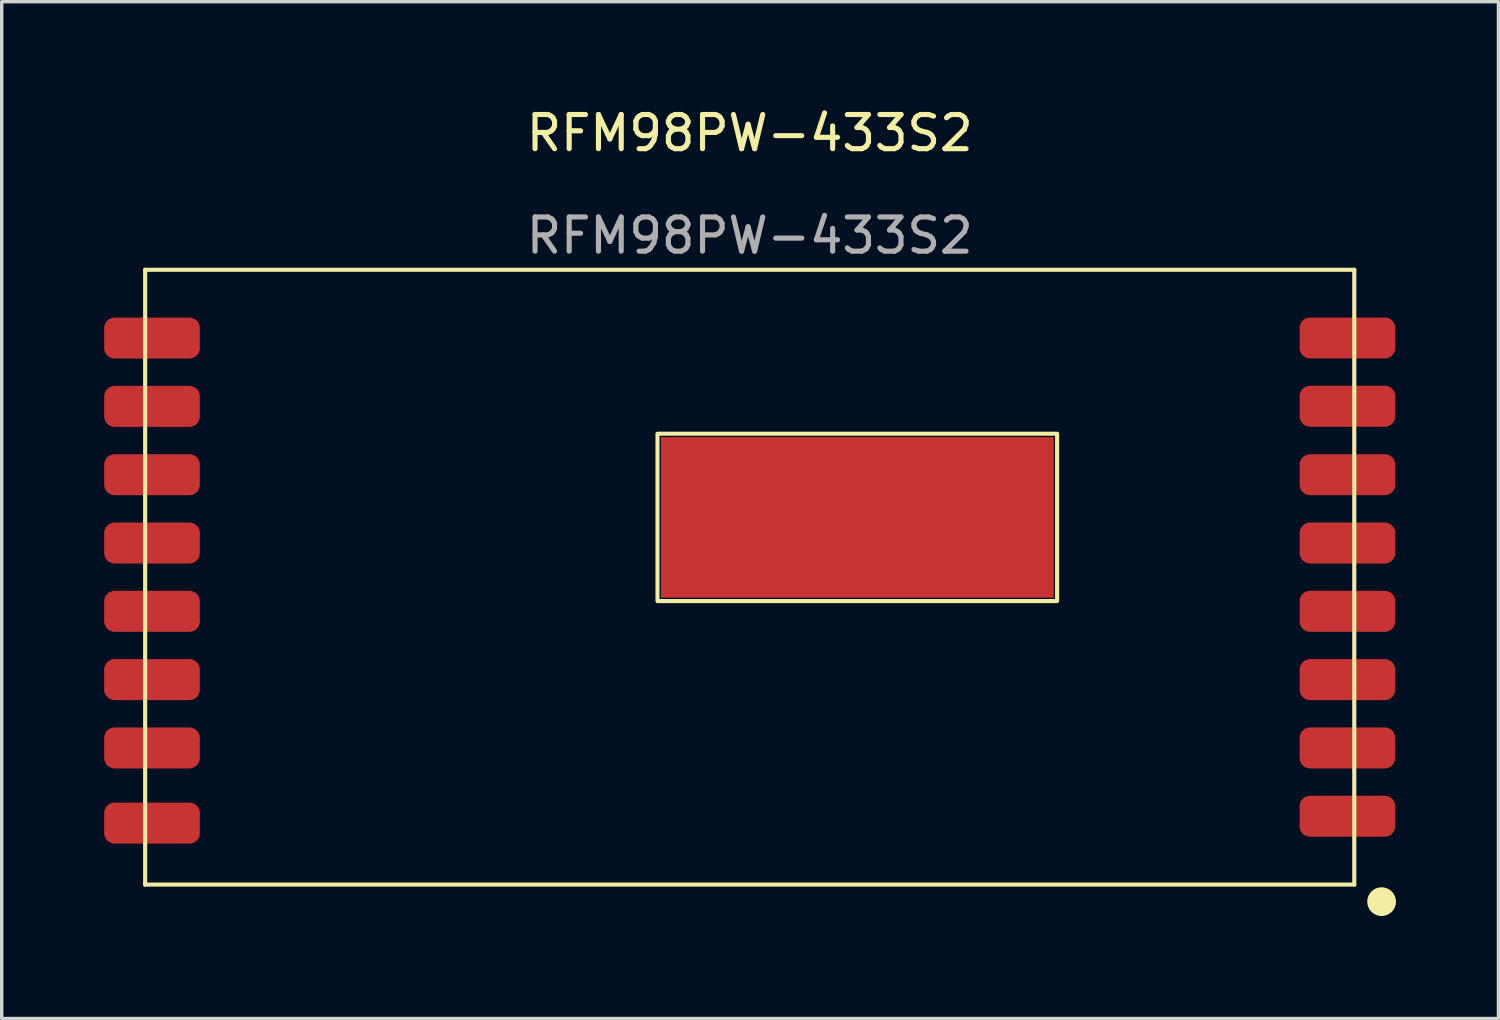
<source format=kicad_pcb>
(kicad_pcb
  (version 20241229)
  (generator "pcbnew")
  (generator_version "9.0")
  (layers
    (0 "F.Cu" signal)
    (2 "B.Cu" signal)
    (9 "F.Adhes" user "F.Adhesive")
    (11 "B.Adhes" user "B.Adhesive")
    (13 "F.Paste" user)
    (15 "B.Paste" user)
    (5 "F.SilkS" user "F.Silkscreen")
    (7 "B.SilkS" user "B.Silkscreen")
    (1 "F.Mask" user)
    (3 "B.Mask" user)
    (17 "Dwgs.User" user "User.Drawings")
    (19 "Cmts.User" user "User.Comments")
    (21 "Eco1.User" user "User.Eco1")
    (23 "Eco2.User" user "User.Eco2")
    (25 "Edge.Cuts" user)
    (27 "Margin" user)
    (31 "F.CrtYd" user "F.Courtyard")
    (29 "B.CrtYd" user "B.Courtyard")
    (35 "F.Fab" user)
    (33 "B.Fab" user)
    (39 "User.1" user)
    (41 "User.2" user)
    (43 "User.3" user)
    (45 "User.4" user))
  (footprint "RFM98PW-433S2"
    (layer "F.Cu")
    (at 18.9 13.848)
    (property "Reference" "RFM98PW-433S2" (at 0 -13 0) (unlocked yes) (layer "F.SilkS") (effects (font (size 1 1) (thickness 0.15))))
    (attr through_hole)
    (fp_line (start -17.7 -9) (end -17.7 9) (stroke (width 0.12) (type solid)) (layer "F.SilkS"))
    (fp_line (start -17.7 -9) (end 17.7 -9) (stroke (width 0.12) (type solid)) (layer "F.SilkS"))
    (fp_line (start 17.7 -9) (end 17.7 9) (stroke (width 0.12) (type solid)) (layer "F.SilkS"))
    (fp_line (start 17.7 9) (end -17.7 9) (stroke (width 0.12) (type solid)) (layer "F.SilkS"))
    (fp_rect (start -2.7 -4.2) (end 9 0.7) (stroke (width 0.12) (type solid)) (fill no) (layer "F.SilkS"))
    (fp_circle (center 18.5 9.5) (end 18.861 9.5) (stroke (width 0.12) (type solid)) (fill yes) (layer "F.SilkS"))
    (fp_line (start -17.7 -9) (end -17.7 9) (stroke (width 0.004) (type solid)) (layer "F.Fab"))
    (fp_line (start -17.7 9) (end 17.7 9) (stroke (width 0.004) (type solid)) (layer "F.Fab"))
    (fp_line (start 17.7 -9) (end -17.7 -9) (stroke (width 0.004) (type solid)) (layer "F.Fab"))
    (fp_line (start 17.7 9) (end 17.7 -9) (stroke (width 0.004) (type solid)) (layer "F.Fab"))
    (fp_text user "${REFERENCE}" (at 0 -10 0) (unlocked yes) (layer "F.Fab") (effects (font (size 1 1) (thickness 0.15))))
    (pad "1" smd roundrect (at 17.5 7) (size 2.8 1.2) (layers "F.Cu" "F.Mask" "F.Paste") (roundrect_rratio 0.25))
    (pad "2" smd roundrect (at 17.5 5) (size 2.8 1.2) (layers "F.Cu" "F.Mask" "F.Paste") (roundrect_rratio 0.25))
    (pad "3" smd roundrect (at 17.5 3) (size 2.8 1.2) (layers "F.Cu" "F.Mask" "F.Paste") (roundrect_rratio 0.25))
    (pad "4" smd roundrect (at 17.5 1) (size 2.8 1.2) (layers "F.Cu" "F.Mask" "F.Paste") (roundrect_rratio 0.25))
    (pad "5" smd roundrect (at 17.5 -1) (size 2.8 1.2) (layers "F.Cu" "F.Mask" "F.Paste") (roundrect_rratio 0.25))
    (pad "6" smd roundrect (at 17.5 -3) (size 2.8 1.2) (layers "F.Cu" "F.Mask" "F.Paste") (roundrect_rratio 0.25))
    (pad "7" smd roundrect (at 17.5 -5.004) (size 2.8 1.2) (layers "F.Cu" "F.Mask" "F.Paste") (roundrect_rratio 0.25))
    (pad "8" smd roundrect (at 17.5 -7.002) (size 2.8 1.2) (layers "F.Cu" "F.Mask" "F.Paste") (roundrect_rratio 0.25))
    (pad "9" smd roundrect (at -17.5 -7) (size 2.8 1.2) (layers "F.Cu" "F.Mask" "F.Paste") (roundrect_rratio 0.25))
    (pad "10" smd roundrect (at -17.5 -5) (size 2.8 1.2) (layers "F.Cu" "F.Mask" "F.Paste") (roundrect_rratio 0.25))
    (pad "11" smd roundrect (at -17.5 -3) (size 2.8 1.2) (layers "F.Cu" "F.Mask" "F.Paste") (roundrect_rratio 0.25))
    (pad "12" smd roundrect (at -17.5 -1) (size 2.8 1.2) (layers "F.Cu" "F.Mask" "F.Paste") (roundrect_rratio 0.25))
    (pad "13" smd roundrect (at -17.5 1) (size 2.8 1.2) (layers "F.Cu" "F.Mask" "F.Paste") (roundrect_rratio 0.25))
    (pad "14" smd roundrect (at -17.5 3) (size 2.8 1.2) (layers "F.Cu" "F.Mask" "F.Paste") (roundrect_rratio 0.25))
    (pad "15" smd roundrect (at -17.5 5) (size 2.8 1.2) (layers "F.Cu" "F.Mask" "F.Paste") (roundrect_rratio 0.25))
    (pad "16" smd roundrect (at -17.5 7.2) (size 2.8 1.2) (layers "F.Cu" "F.Mask" "F.Paste") (roundrect_rratio 0.25))
    (pad "17" smd rect (at 3.15 -1.75) (size 11.5 4.7) (layers "F.Cu" "F.Mask" "F.Paste")))
  (gr_rect
    (start -3 -3)
    (end 40.821 26.769)
    (stroke (width 0.1) (type default))
    (fill no)
    (layer "Edge.Cuts")))
</source>
